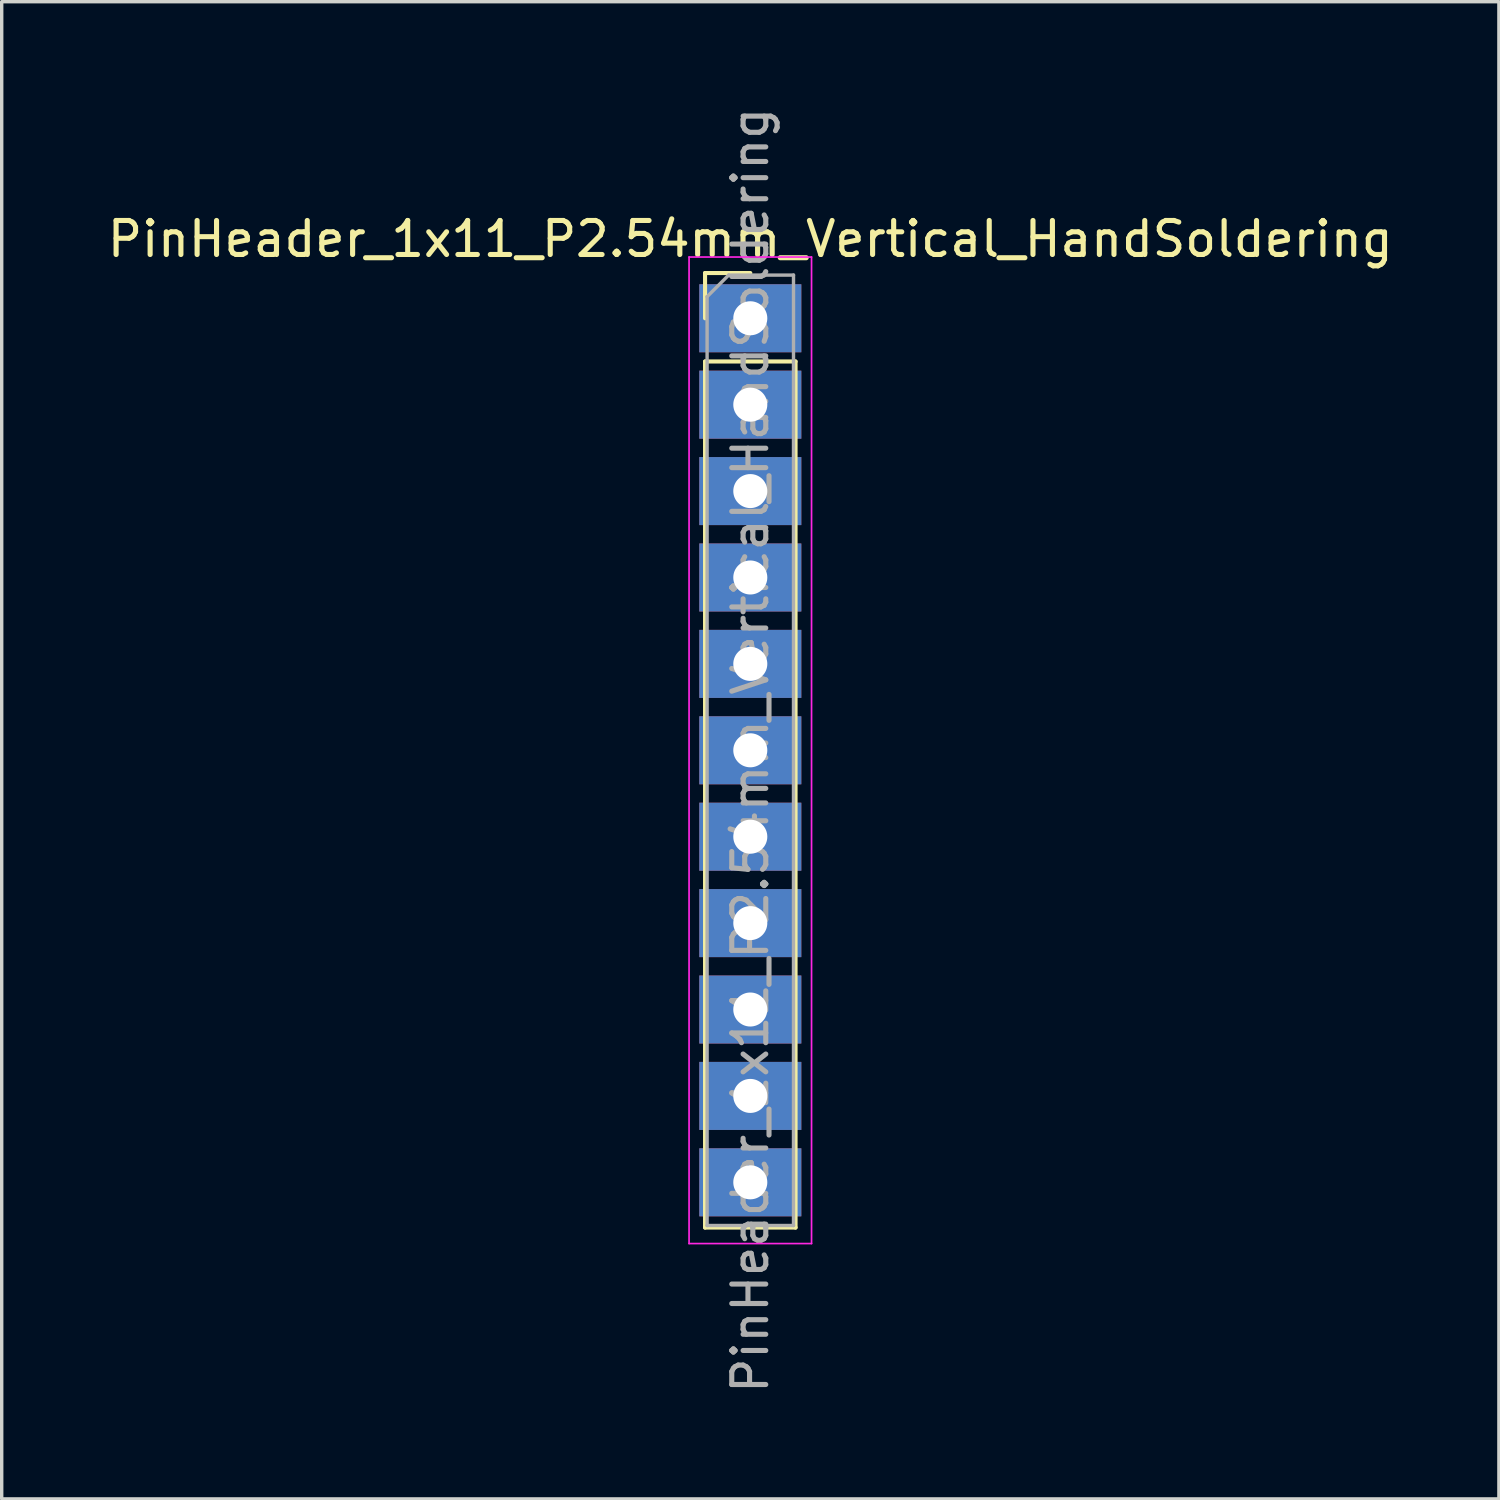
<source format=kicad_pcb>
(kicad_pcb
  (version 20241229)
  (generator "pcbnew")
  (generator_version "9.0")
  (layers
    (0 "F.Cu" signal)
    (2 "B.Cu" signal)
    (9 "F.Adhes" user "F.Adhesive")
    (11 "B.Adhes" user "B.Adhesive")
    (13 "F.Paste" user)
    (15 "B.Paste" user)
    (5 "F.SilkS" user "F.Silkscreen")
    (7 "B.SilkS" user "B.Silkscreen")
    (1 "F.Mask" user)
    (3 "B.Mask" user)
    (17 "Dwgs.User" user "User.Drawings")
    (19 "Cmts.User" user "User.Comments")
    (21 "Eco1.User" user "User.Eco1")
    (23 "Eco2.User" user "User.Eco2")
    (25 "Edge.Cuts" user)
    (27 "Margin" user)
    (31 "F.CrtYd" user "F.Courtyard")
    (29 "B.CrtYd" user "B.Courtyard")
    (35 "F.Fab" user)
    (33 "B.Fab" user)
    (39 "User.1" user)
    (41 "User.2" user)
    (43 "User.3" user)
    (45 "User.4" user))
  (footprint "PinHeader_1x11_P2.54mm_Vertical_HandSoldering"
    (layer "F.Cu")
    (at 19.006 6.306)
    (property "Reference" "PinHeader_1x11_P2.54mm_Vertical_HandSoldering" (at 0 -2.33 0) (layer "F.SilkS") (effects (font (size 1 1) (thickness 0.15))))
    (attr through_hole)
    (fp_line (start -1.33 -1.33) (end 0 -1.33) (stroke (width 0.12) (type solid)) (layer "F.SilkS"))
    (fp_line (start -1.33 0) (end -1.33 -1.33) (stroke (width 0.12) (type solid)) (layer "F.SilkS"))
    (fp_line (start -1.33 1.27) (end -1.33 26.73) (stroke (width 0.12) (type solid)) (layer "F.SilkS"))
    (fp_line (start -1.33 1.27) (end 1.33 1.27) (stroke (width 0.12) (type solid)) (layer "F.SilkS"))
    (fp_line (start -1.33 26.73) (end 1.33 26.73) (stroke (width 0.12) (type solid)) (layer "F.SilkS"))
    (fp_line (start 1.33 1.27) (end 1.33 26.73) (stroke (width 0.12) (type solid)) (layer "F.SilkS"))
    (fp_line (start -1.8 -1.8) (end -1.8 27.2) (stroke (width 0.05) (type solid)) (layer "F.CrtYd"))
    (fp_line (start -1.8 27.2) (end 1.8 27.2) (stroke (width 0.05) (type solid)) (layer "F.CrtYd"))
    (fp_line (start 1.8 -1.8) (end -1.8 -1.8) (stroke (width 0.05) (type solid)) (layer "F.CrtYd"))
    (fp_line (start 1.8 27.2) (end 1.8 -1.8) (stroke (width 0.05) (type solid)) (layer "F.CrtYd"))
    (fp_line (start -1.27 -0.635) (end -0.635 -1.27) (stroke (width 0.1) (type solid)) (layer "F.Fab"))
    (fp_line (start -1.27 26.67) (end -1.27 -0.635) (stroke (width 0.1) (type solid)) (layer "F.Fab"))
    (fp_line (start -0.635 -1.27) (end 1.27 -1.27) (stroke (width 0.1) (type solid)) (layer "F.Fab"))
    (fp_line (start 1.27 -1.27) (end 1.27 26.67) (stroke (width 0.1) (type solid)) (layer "F.Fab"))
    (fp_line (start 1.27 26.67) (end -1.27 26.67) (stroke (width 0.1) (type solid)) (layer "F.Fab"))
    (fp_text user "${REFERENCE}" (at 0 12.7 90) (layer "F.Fab") (effects (font (size 1 1) (thickness 0.15))))
    (pad "1" thru_hole rect (at 0 0) (size 3 2) (drill 1) (layers "*.Cu" "*.Mask"))
    (pad "2" thru_hole rect (at 0 2.54) (size 3 2) (drill 1) (layers "*.Cu" "*.Mask"))
    (pad "3" thru_hole rect (at 0 5.08) (size 3 2) (drill 1) (layers "*.Cu" "*.Mask"))
    (pad "4" thru_hole rect (at 0 7.62) (size 3 2) (drill 1) (layers "*.Cu" "*.Mask"))
    (pad "5" thru_hole rect (at 0 10.16) (size 3 2) (drill 1) (layers "*.Cu" "*.Mask"))
    (pad "6" thru_hole rect (at 0 12.7) (size 3 2) (drill 1) (layers "*.Cu" "*.Mask"))
    (pad "7" thru_hole rect (at 0 15.24) (size 3 2) (drill 1) (layers "*.Cu" "*.Mask"))
    (pad "8" thru_hole rect (at 0 17.78) (size 3 2) (drill 1) (layers "*.Cu" "*.Mask"))
    (pad "9" thru_hole rect (at 0 20.32) (size 3 2) (drill 1) (layers "*.Cu" "*.Mask"))
    (pad "10" thru_hole rect (at 0 22.86) (size 3 2) (drill 1) (layers "*.Cu" "*.Mask"))
    (pad "11" thru_hole rect (at 0 25.4) (size 3 2) (drill 1) (layers "*.Cu" "*.Mask")))
  (gr_rect
    (start -3 -3)
    (end 41.012 41.012)
    (stroke (width 0.1) (type default))
    (fill no)
    (layer "Edge.Cuts")))
</source>
